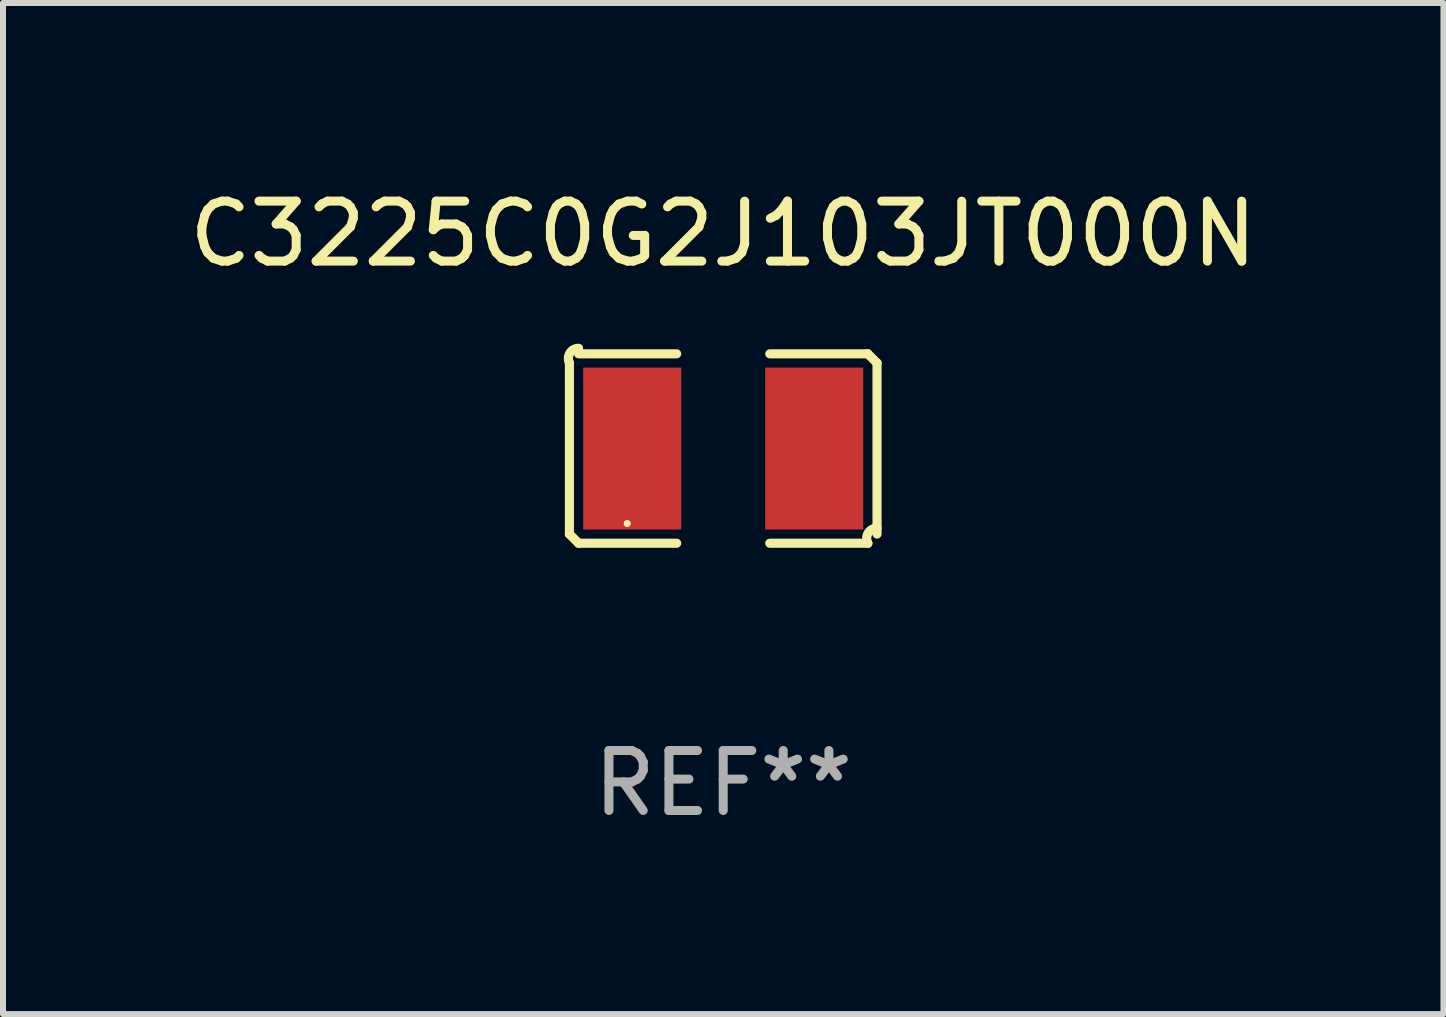
<source format=kicad_pcb>
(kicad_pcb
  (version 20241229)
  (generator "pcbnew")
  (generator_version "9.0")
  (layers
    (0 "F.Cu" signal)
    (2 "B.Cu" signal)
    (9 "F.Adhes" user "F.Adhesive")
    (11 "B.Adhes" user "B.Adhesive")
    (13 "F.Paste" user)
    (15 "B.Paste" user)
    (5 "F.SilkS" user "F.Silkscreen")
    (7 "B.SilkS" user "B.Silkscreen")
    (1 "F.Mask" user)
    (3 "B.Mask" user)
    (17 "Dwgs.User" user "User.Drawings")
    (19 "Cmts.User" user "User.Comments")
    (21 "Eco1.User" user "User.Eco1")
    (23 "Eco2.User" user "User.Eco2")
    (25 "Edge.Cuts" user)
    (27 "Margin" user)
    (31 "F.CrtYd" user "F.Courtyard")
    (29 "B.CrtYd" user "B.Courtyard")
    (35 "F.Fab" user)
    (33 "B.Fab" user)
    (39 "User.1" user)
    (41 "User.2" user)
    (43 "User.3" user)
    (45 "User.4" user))
  (footprint "C3225C0G2J103JT000N"
    (layer "F.Cu")
    (at 9.006 4.427)
    (property "Reference" "C3225C0G2J103JT000N" (at 0 -3.579 0) (layer "F.SilkS") (effects (font (size 1 1) (thickness 0.15))))
    (attr through_hole)
    (fp_line (start -2.564 1.426) (end -2.564 -1.426) (stroke (width 0.152) (type solid)) (layer "F.SilkS"))
    (fp_line (start -2.411 -1.579) (end -0.776 -1.579) (stroke (width 0.152) (type solid)) (layer "F.SilkS"))
    (fp_line (start -0.776 1.579) (end -2.411 1.579) (stroke (width 0.152) (type solid)) (layer "F.SilkS"))
    (fp_line (start 0.776 1.579) (end 2.411 1.579) (stroke (width 0.152) (type solid)) (layer "F.SilkS"))
    (fp_line (start 2.411 -1.579) (end 0.776 -1.579) (stroke (width 0.152) (type solid)) (layer "F.SilkS"))
    (fp_line (start 2.564 1.426) (end 2.564 -1.426) (stroke (width 0.152) (type solid)) (layer "F.SilkS"))
    (fp_arc (start -2.563602 -1.426213) (mid -2.555597 -1.591233) (end -2.411201 -1.671518) (stroke (width 0.1524) (type solid)) (layer "F.SilkS"))
    (fp_arc (start -2.5636 1.426214) (mid -2.487389 1.502402) (end -2.411201 1.578613) (stroke (width 0.1524) (type solid)) (layer "F.SilkS"))
    (fp_arc (start 2.411197 -1.578618) (mid 2.487403 -1.502419) (end 2.563602 -1.426213) (stroke (width 0.1524) (type solid)) (layer "F.SilkS"))
    (fp_arc (start 2.411201 1.578613) (mid 2.416214 1.409455) (end 2.563602 1.32629) (stroke (width 0.1524) (type solid)) (layer "F.SilkS"))
    (fp_circle (center -1.6 1.25) (end -1.57 1.25) (stroke (width 0.06) (type solid)) (fill no) (layer "F.SilkS"))
    (fp_text user "REF**" (at 0 5.579 0) (layer "F.Fab") (effects (font (size 1 1) (thickness 0.15))))
    (pad "1" smd rect (at -1.517 0) (size 1.635 2.7) (layers "F.Cu" "F.Mask" "F.Paste"))
    (pad "2" smd rect (at 1.517 0) (size 1.635 2.7) (layers "F.Cu" "F.Mask" "F.Paste")))
  (gr_rect
    (start -3 -3)
    (end 21.012 13.854)
    (stroke (width 0.1) (type default))
    (fill no)
    (layer "Edge.Cuts")))
</source>
